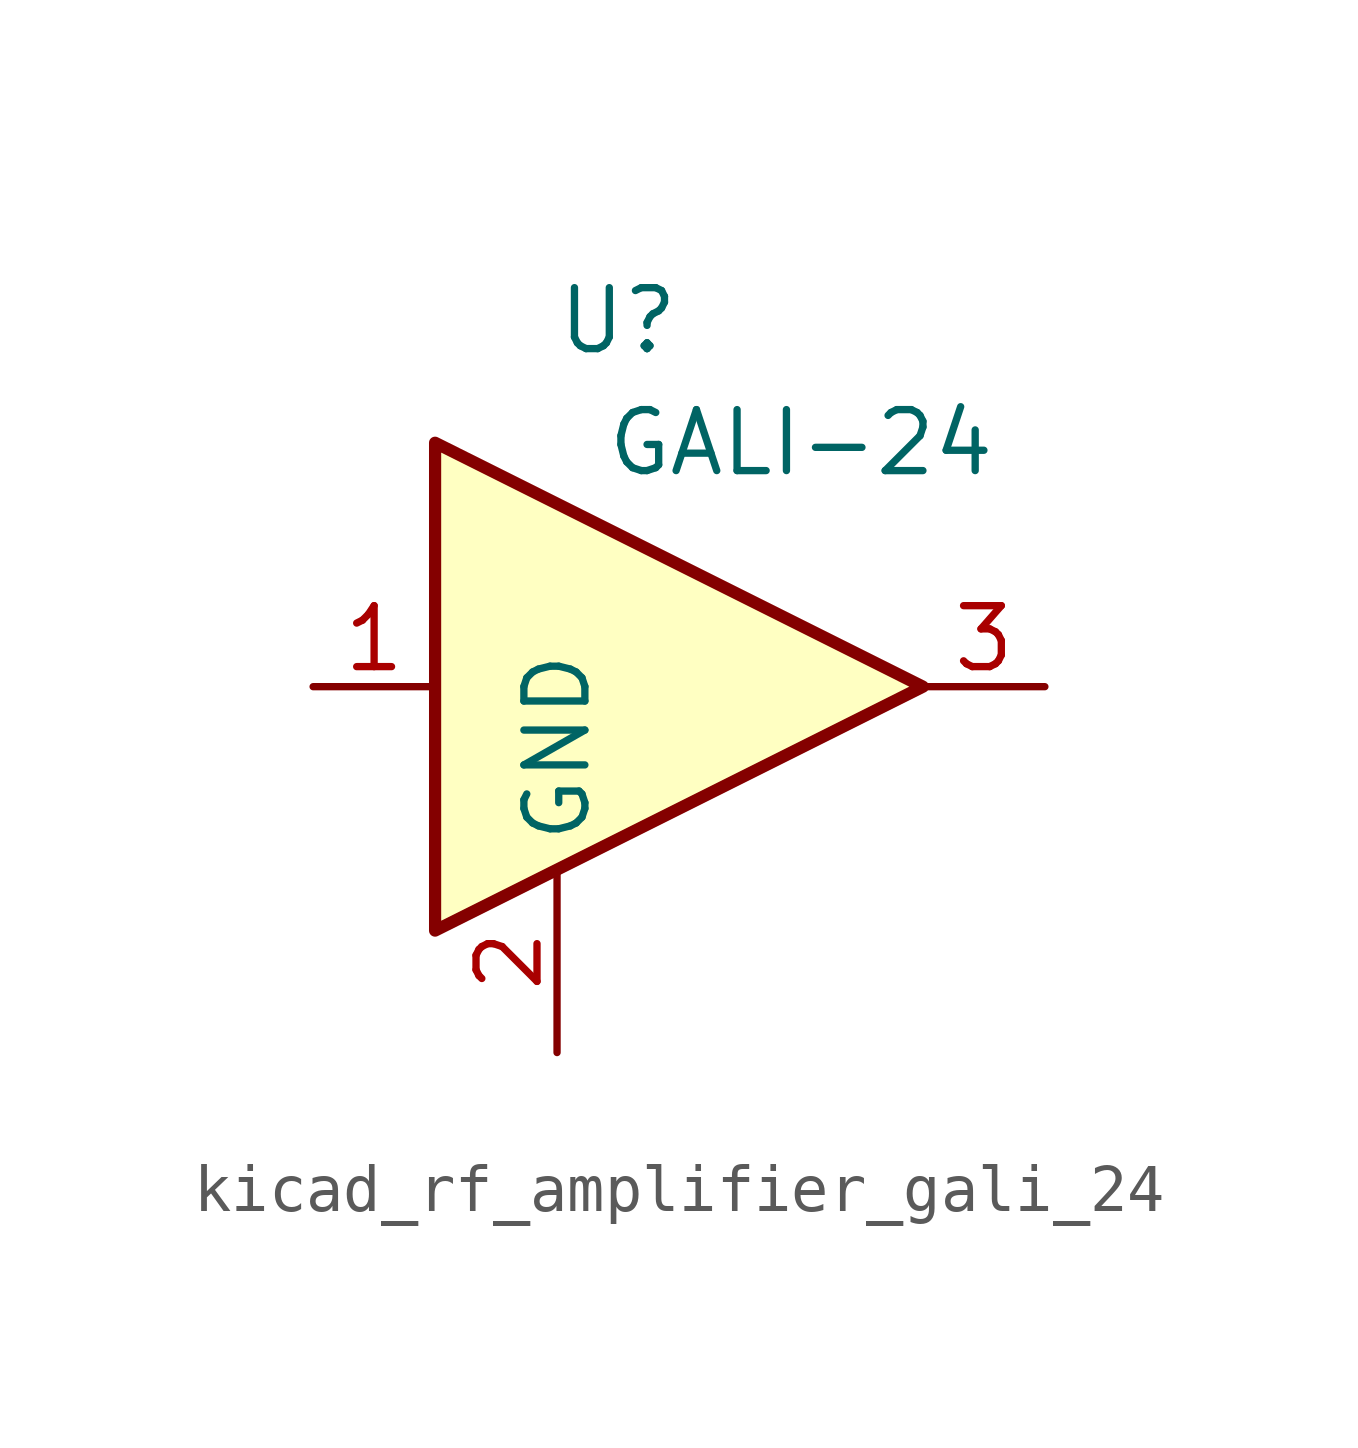
<source format=kicad_sym>
(kicad_symbol_lib
  (version 20220914)
  (generator kicad_symbol_editor)
  (symbol "kicad_rf_amplifier_gali_24"
    (property "Reference" "U"
      (at -1.27 7.62 0)
      (effects (font (size 1.27 1.27))))
    (property "Value" "GALI-24"
      (at 2.54 5.08 0)
      (effects (font (size 1.27 1.27))))
    (symbol "kicad_rf_amplifier_gali_24_0_1"
      (polyline (pts (xy 5.08 0) (xy -5.08 5.08) (xy -5.08 -5.08) (xy 5.08 0)) (stroke (width 0.254) (type default)) (fill (type background))))
    (symbol "kicad_rf_amplifier_gali_24_1_1"
      (pin input line (at -7.62 0 0) (length 2.54) (name "~" (effects (font (size 1.27 1.27)))) (number "1" (effects (font (size 1.27 1.27)))))
      (pin power_in line (at -2.54 -7.62 90) (length 3.81) (name "GND" (effects (font (size 1.27 1.27)))) (number "2" (effects (font (size 1.27 1.27)))))
      (pin output line (at 7.62 0 180) (length 2.54) (name "~" (effects (font (size 1.27 1.27)))) (number "3" (effects (font (size 1.27 1.27))))))))
</source>
